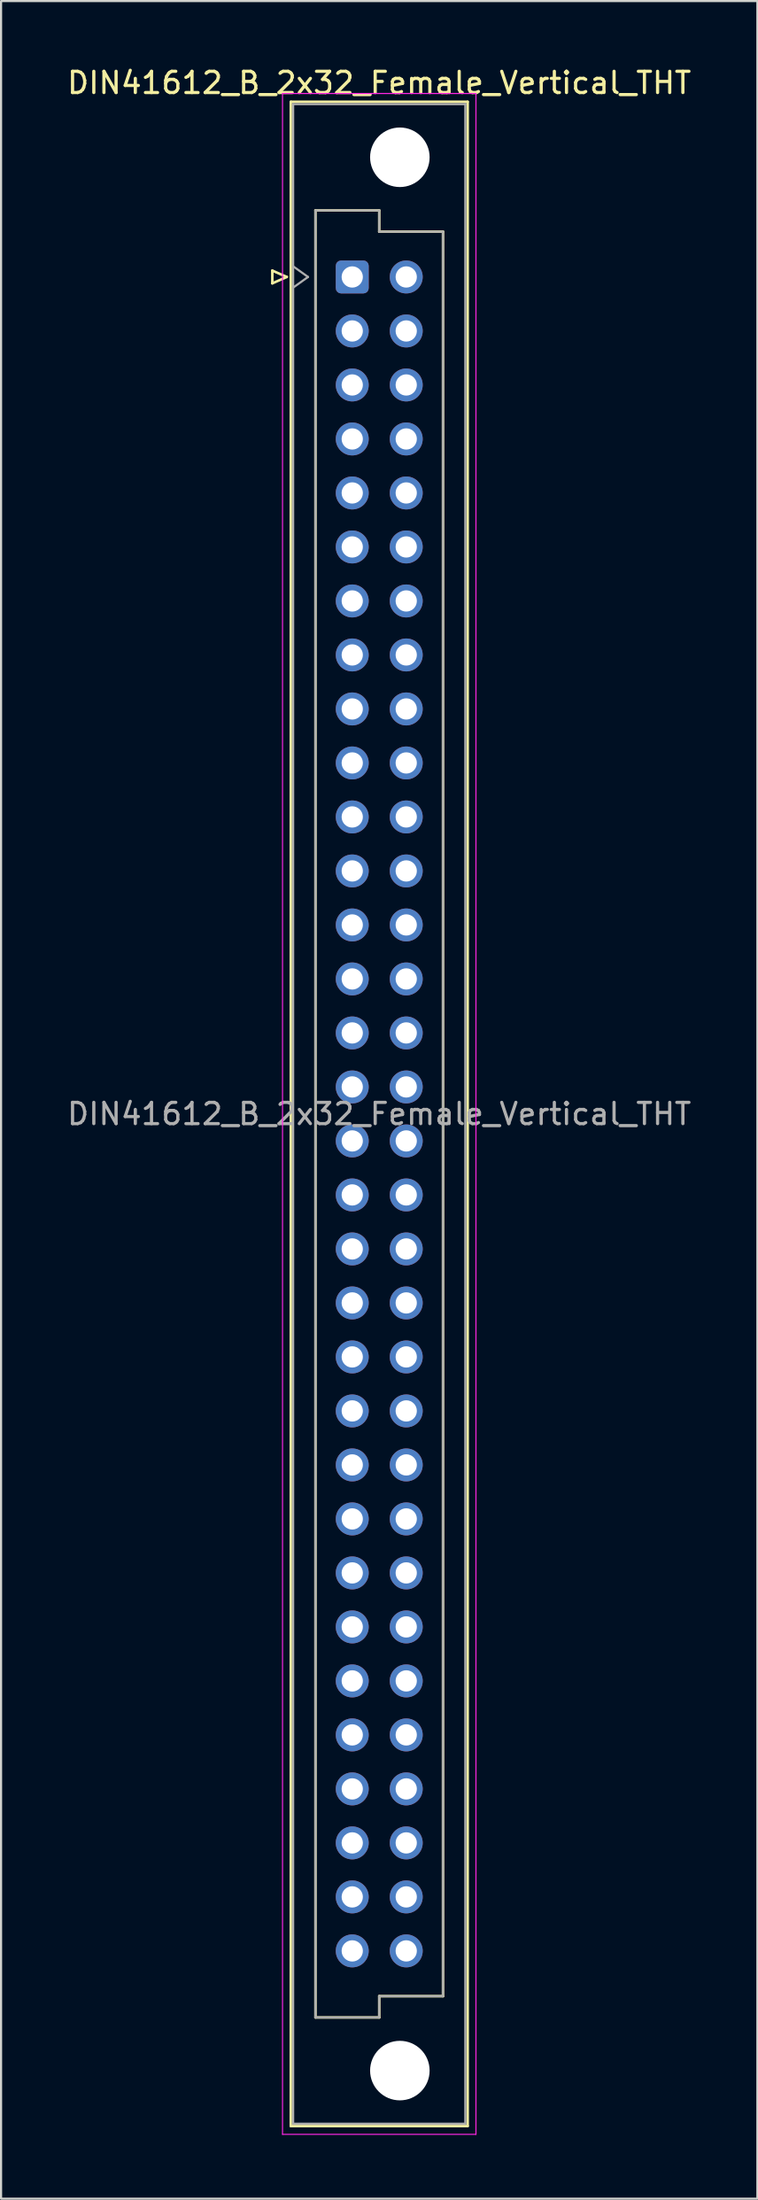
<source format=kicad_pcb>
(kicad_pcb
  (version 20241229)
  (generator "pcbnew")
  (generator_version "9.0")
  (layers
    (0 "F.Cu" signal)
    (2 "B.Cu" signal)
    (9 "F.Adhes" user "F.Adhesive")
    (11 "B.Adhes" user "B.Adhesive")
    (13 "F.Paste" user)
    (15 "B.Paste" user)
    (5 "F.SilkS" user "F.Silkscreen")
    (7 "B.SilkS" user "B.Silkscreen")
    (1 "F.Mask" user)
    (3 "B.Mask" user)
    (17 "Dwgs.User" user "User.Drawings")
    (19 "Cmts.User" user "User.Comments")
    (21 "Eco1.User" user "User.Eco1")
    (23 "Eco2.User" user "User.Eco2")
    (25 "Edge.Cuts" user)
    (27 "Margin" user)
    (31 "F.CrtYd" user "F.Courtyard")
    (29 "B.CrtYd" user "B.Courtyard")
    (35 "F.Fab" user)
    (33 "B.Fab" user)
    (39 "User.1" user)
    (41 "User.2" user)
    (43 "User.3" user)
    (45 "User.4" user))
  (footprint "DIN41612_B_2x32_Female_Vertical_THT"
    (layer "F.Cu")
    (at 13.522 9.978)
    (property "Reference" "DIN41612_B_2x32_Female_Vertical_THT" (at 1.27 -9.13 0) (layer "F.SilkS") (effects (font (size 1 1) (thickness 0.15))))
    (attr through_hole)
    (fp_line (start -3.76 -0.3) (end -3.76 0.3) (stroke (width 0.12) (type solid)) (layer "F.SilkS"))
    (fp_line (start -3.76 0.3) (end -3.08 0) (stroke (width 0.12) (type solid)) (layer "F.SilkS"))
    (fp_line (start -3.08 0) (end -3.76 -0.3) (stroke (width 0.12) (type solid)) (layer "F.SilkS"))
    (fp_line (start -2.89 -8.24) (end 5.43 -8.24) (stroke (width 0.12) (type solid)) (layer "F.SilkS"))
    (fp_line (start -2.89 86.98) (end -2.89 -8.24) (stroke (width 0.12) (type solid)) (layer "F.SilkS"))
    (fp_line (start -1.73 -3.131) (end 1.27 -3.131) (stroke (width 0.12) (type solid)) (layer "F.SilkS"))
    (fp_line (start -1.73 81.87) (end -1.73 -3.131) (stroke (width 0.12) (type solid)) (layer "F.SilkS"))
    (fp_line (start 1.27 -3.131) (end 1.27 -2.131) (stroke (width 0.12) (type solid)) (layer "F.SilkS"))
    (fp_line (start 1.27 -2.131) (end 4.27 -2.131) (stroke (width 0.12) (type solid)) (layer "F.SilkS"))
    (fp_line (start 1.27 80.87) (end 1.27 81.87) (stroke (width 0.12) (type solid)) (layer "F.SilkS"))
    (fp_line (start 1.27 81.87) (end -1.73 81.87) (stroke (width 0.12) (type solid)) (layer "F.SilkS"))
    (fp_line (start 4.27 -2.131) (end 4.27 80.87) (stroke (width 0.12) (type solid)) (layer "F.SilkS"))
    (fp_line (start 4.27 80.87) (end 1.27 80.87) (stroke (width 0.12) (type solid)) (layer "F.SilkS"))
    (fp_line (start 5.43 -8.24) (end 5.43 86.98) (stroke (width 0.12) (type solid)) (layer "F.SilkS"))
    (fp_line (start 5.43 86.98) (end -2.89 86.98) (stroke (width 0.12) (type solid)) (layer "F.SilkS"))
    (fp_line (start -3.28 -8.63) (end 5.82 -8.63) (stroke (width 0.05) (type solid)) (layer "F.CrtYd"))
    (fp_line (start -3.28 87.37) (end -3.28 -8.63) (stroke (width 0.05) (type solid)) (layer "F.CrtYd"))
    (fp_line (start 5.82 -8.63) (end 5.82 87.37) (stroke (width 0.05) (type solid)) (layer "F.CrtYd"))
    (fp_line (start 5.82 87.37) (end -3.28 87.37) (stroke (width 0.05) (type solid)) (layer "F.CrtYd"))
    (fp_line (start -2.78 -8.13) (end 5.32 -8.13) (stroke (width 0.1) (type solid)) (layer "F.Fab"))
    (fp_line (start -2.78 -0.5) (end -2.08 0) (stroke (width 0.1) (type solid)) (layer "F.Fab"))
    (fp_line (start -2.78 86.87) (end -2.78 -8.13) (stroke (width 0.1) (type solid)) (layer "F.Fab"))
    (fp_line (start -2.08 0) (end -2.78 0.5) (stroke (width 0.1) (type solid)) (layer "F.Fab"))
    (fp_line (start -1.73 -3.13) (end 1.27 -3.13) (stroke (width 0.1) (type solid)) (layer "F.Fab"))
    (fp_line (start -1.73 81.87) (end -1.73 -3.13) (stroke (width 0.1) (type solid)) (layer "F.Fab"))
    (fp_line (start 1.27 -3.13) (end 1.27 -2.13) (stroke (width 0.1) (type solid)) (layer "F.Fab"))
    (fp_line (start 1.27 -2.13) (end 4.27 -2.13) (stroke (width 0.1) (type solid)) (layer "F.Fab"))
    (fp_line (start 1.27 80.87) (end 1.27 81.87) (stroke (width 0.1) (type solid)) (layer "F.Fab"))
    (fp_line (start 1.27 81.87) (end -1.73 81.87) (stroke (width 0.1) (type solid)) (layer "F.Fab"))
    (fp_line (start 4.27 -2.13) (end 4.27 80.87) (stroke (width 0.1) (type solid)) (layer "F.Fab"))
    (fp_line (start 4.27 80.87) (end 1.27 80.87) (stroke (width 0.1) (type solid)) (layer "F.Fab"))
    (fp_line (start 5.32 -8.13) (end 5.32 86.87) (stroke (width 0.1) (type solid)) (layer "F.Fab"))
    (fp_line (start 5.32 86.87) (end -2.78 86.87) (stroke (width 0.1) (type solid)) (layer "F.Fab"))
    (fp_text user "${REFERENCE}" (at 1.27 39.37 0) (layer "F.Fab") (effects (font (size 1 1) (thickness 0.15))))
    (pad "" np_thru_hole circle (at 2.24 -5.63) (size 2.8 2.8) (drill 2.8) (layers "*.Cu" "*.Mask"))
    (pad "" np_thru_hole circle (at 2.24 84.37) (size 2.8 2.8) (drill 2.8) (layers "*.Cu" "*.Mask"))
    (pad "a1" thru_hole roundrect (at 0 0) (size 1.55 1.55) (drill 1) (layers "*.Cu" "*.Mask") (roundrect_rratio 0.161))
    (pad "a2" thru_hole circle (at 0 2.54) (size 1.55 1.55) (drill 1) (layers "*.Cu" "*.Mask"))
    (pad "a3" thru_hole circle (at 0 5.08) (size 1.55 1.55) (drill 1) (layers "*.Cu" "*.Mask"))
    (pad "a4" thru_hole circle (at 0 7.62) (size 1.55 1.55) (drill 1) (layers "*.Cu" "*.Mask"))
    (pad "a5" thru_hole circle (at 0 10.16) (size 1.55 1.55) (drill 1) (layers "*.Cu" "*.Mask"))
    (pad "a6" thru_hole circle (at 0 12.7) (size 1.55 1.55) (drill 1) (layers "*.Cu" "*.Mask"))
    (pad "a7" thru_hole circle (at 0 15.24) (size 1.55 1.55) (drill 1) (layers "*.Cu" "*.Mask"))
    (pad "a8" thru_hole circle (at 0 17.78) (size 1.55 1.55) (drill 1) (layers "*.Cu" "*.Mask"))
    (pad "a9" thru_hole circle (at 0 20.32) (size 1.55 1.55) (drill 1) (layers "*.Cu" "*.Mask"))
    (pad "a10" thru_hole circle (at 0 22.86) (size 1.55 1.55) (drill 1) (layers "*.Cu" "*.Mask"))
    (pad "a11" thru_hole circle (at 0 25.4) (size 1.55 1.55) (drill 1) (layers "*.Cu" "*.Mask"))
    (pad "a12" thru_hole circle (at 0 27.94) (size 1.55 1.55) (drill 1) (layers "*.Cu" "*.Mask"))
    (pad "a13" thru_hole circle (at 0 30.48) (size 1.55 1.55) (drill 1) (layers "*.Cu" "*.Mask"))
    (pad "a14" thru_hole circle (at 0 33.02) (size 1.55 1.55) (drill 1) (layers "*.Cu" "*.Mask"))
    (pad "a15" thru_hole circle (at 0 35.56) (size 1.55 1.55) (drill 1) (layers "*.Cu" "*.Mask"))
    (pad "a16" thru_hole circle (at 0 38.1) (size 1.55 1.55) (drill 1) (layers "*.Cu" "*.Mask"))
    (pad "a17" thru_hole circle (at 0 40.64) (size 1.55 1.55) (drill 1) (layers "*.Cu" "*.Mask"))
    (pad "a18" thru_hole circle (at 0 43.18) (size 1.55 1.55) (drill 1) (layers "*.Cu" "*.Mask"))
    (pad "a19" thru_hole circle (at 0 45.72) (size 1.55 1.55) (drill 1) (layers "*.Cu" "*.Mask"))
    (pad "a20" thru_hole circle (at 0 48.26) (size 1.55 1.55) (drill 1) (layers "*.Cu" "*.Mask"))
    (pad "a21" thru_hole circle (at 0 50.8) (size 1.55 1.55) (drill 1) (layers "*.Cu" "*.Mask"))
    (pad "a22" thru_hole circle (at 0 53.34) (size 1.55 1.55) (drill 1) (layers "*.Cu" "*.Mask"))
    (pad "a23" thru_hole circle (at 0 55.88) (size 1.55 1.55) (drill 1) (layers "*.Cu" "*.Mask"))
    (pad "a24" thru_hole circle (at 0 58.42) (size 1.55 1.55) (drill 1) (layers "*.Cu" "*.Mask"))
    (pad "a25" thru_hole circle (at 0 60.96) (size 1.55 1.55) (drill 1) (layers "*.Cu" "*.Mask"))
    (pad "a26" thru_hole circle (at 0 63.5) (size 1.55 1.55) (drill 1) (layers "*.Cu" "*.Mask"))
    (pad "a27" thru_hole circle (at 0 66.04) (size 1.55 1.55) (drill 1) (layers "*.Cu" "*.Mask"))
    (pad "a28" thru_hole circle (at 0 68.58) (size 1.55 1.55) (drill 1) (layers "*.Cu" "*.Mask"))
    (pad "a29" thru_hole circle (at 0 71.12) (size 1.55 1.55) (drill 1) (layers "*.Cu" "*.Mask"))
    (pad "a30" thru_hole circle (at 0 73.66) (size 1.55 1.55) (drill 1) (layers "*.Cu" "*.Mask"))
    (pad "a31" thru_hole circle (at 0 76.2) (size 1.55 1.55) (drill 1) (layers "*.Cu" "*.Mask"))
    (pad "a32" thru_hole circle (at 0 78.74) (size 1.55 1.55) (drill 1) (layers "*.Cu" "*.Mask"))
    (pad "b1" thru_hole circle (at 2.54 0) (size 1.55 1.55) (drill 1) (layers "*.Cu" "*.Mask"))
    (pad "b2" thru_hole circle (at 2.54 2.54) (size 1.55 1.55) (drill 1) (layers "*.Cu" "*.Mask"))
    (pad "b3" thru_hole circle (at 2.54 5.08) (size 1.55 1.55) (drill 1) (layers "*.Cu" "*.Mask"))
    (pad "b4" thru_hole circle (at 2.54 7.62) (size 1.55 1.55) (drill 1) (layers "*.Cu" "*.Mask"))
    (pad "b5" thru_hole circle (at 2.54 10.16) (size 1.55 1.55) (drill 1) (layers "*.Cu" "*.Mask"))
    (pad "b6" thru_hole circle (at 2.54 12.7) (size 1.55 1.55) (drill 1) (layers "*.Cu" "*.Mask"))
    (pad "b7" thru_hole circle (at 2.54 15.24) (size 1.55 1.55) (drill 1) (layers "*.Cu" "*.Mask"))
    (pad "b8" thru_hole circle (at 2.54 17.78) (size 1.55 1.55) (drill 1) (layers "*.Cu" "*.Mask"))
    (pad "b9" thru_hole circle (at 2.54 20.32) (size 1.55 1.55) (drill 1) (layers "*.Cu" "*.Mask"))
    (pad "b10" thru_hole circle (at 2.54 22.86) (size 1.55 1.55) (drill 1) (layers "*.Cu" "*.Mask"))
    (pad "b11" thru_hole circle (at 2.54 25.4) (size 1.55 1.55) (drill 1) (layers "*.Cu" "*.Mask"))
    (pad "b12" thru_hole circle (at 2.54 27.94) (size 1.55 1.55) (drill 1) (layers "*.Cu" "*.Mask"))
    (pad "b13" thru_hole circle (at 2.54 30.48) (size 1.55 1.55) (drill 1) (layers "*.Cu" "*.Mask"))
    (pad "b14" thru_hole circle (at 2.54 33.02) (size 1.55 1.55) (drill 1) (layers "*.Cu" "*.Mask"))
    (pad "b15" thru_hole circle (at 2.54 35.56) (size 1.55 1.55) (drill 1) (layers "*.Cu" "*.Mask"))
    (pad "b16" thru_hole circle (at 2.54 38.1) (size 1.55 1.55) (drill 1) (layers "*.Cu" "*.Mask"))
    (pad "b17" thru_hole circle (at 2.54 40.64) (size 1.55 1.55) (drill 1) (layers "*.Cu" "*.Mask"))
    (pad "b18" thru_hole circle (at 2.54 43.18) (size 1.55 1.55) (drill 1) (layers "*.Cu" "*.Mask"))
    (pad "b19" thru_hole circle (at 2.54 45.72) (size 1.55 1.55) (drill 1) (layers "*.Cu" "*.Mask"))
    (pad "b20" thru_hole circle (at 2.54 48.26) (size 1.55 1.55) (drill 1) (layers "*.Cu" "*.Mask"))
    (pad "b21" thru_hole circle (at 2.54 50.8) (size 1.55 1.55) (drill 1) (layers "*.Cu" "*.Mask"))
    (pad "b22" thru_hole circle (at 2.54 53.34) (size 1.55 1.55) (drill 1) (layers "*.Cu" "*.Mask"))
    (pad "b23" thru_hole circle (at 2.54 55.88) (size 1.55 1.55) (drill 1) (layers "*.Cu" "*.Mask"))
    (pad "b24" thru_hole circle (at 2.54 58.42) (size 1.55 1.55) (drill 1) (layers "*.Cu" "*.Mask"))
    (pad "b25" thru_hole circle (at 2.54 60.96) (size 1.55 1.55) (drill 1) (layers "*.Cu" "*.Mask"))
    (pad "b26" thru_hole circle (at 2.54 63.5) (size 1.55 1.55) (drill 1) (layers "*.Cu" "*.Mask"))
    (pad "b27" thru_hole circle (at 2.54 66.04) (size 1.55 1.55) (drill 1) (layers "*.Cu" "*.Mask"))
    (pad "b28" thru_hole circle (at 2.54 68.58) (size 1.55 1.55) (drill 1) (layers "*.Cu" "*.Mask"))
    (pad "b29" thru_hole circle (at 2.54 71.12) (size 1.55 1.55) (drill 1) (layers "*.Cu" "*.Mask"))
    (pad "b30" thru_hole circle (at 2.54 73.66) (size 1.55 1.55) (drill 1) (layers "*.Cu" "*.Mask"))
    (pad "b31" thru_hole circle (at 2.54 76.2) (size 1.55 1.55) (drill 1) (layers "*.Cu" "*.Mask"))
    (pad "b32" thru_hole circle (at 2.54 78.74) (size 1.55 1.55) (drill 1) (layers "*.Cu" "*.Mask")))
  (gr_rect
    (start -3 -3)
    (end 32.583 100.373)
    (stroke (width 0.1) (type default))
    (fill no)
    (layer "Edge.Cuts")))
</source>
